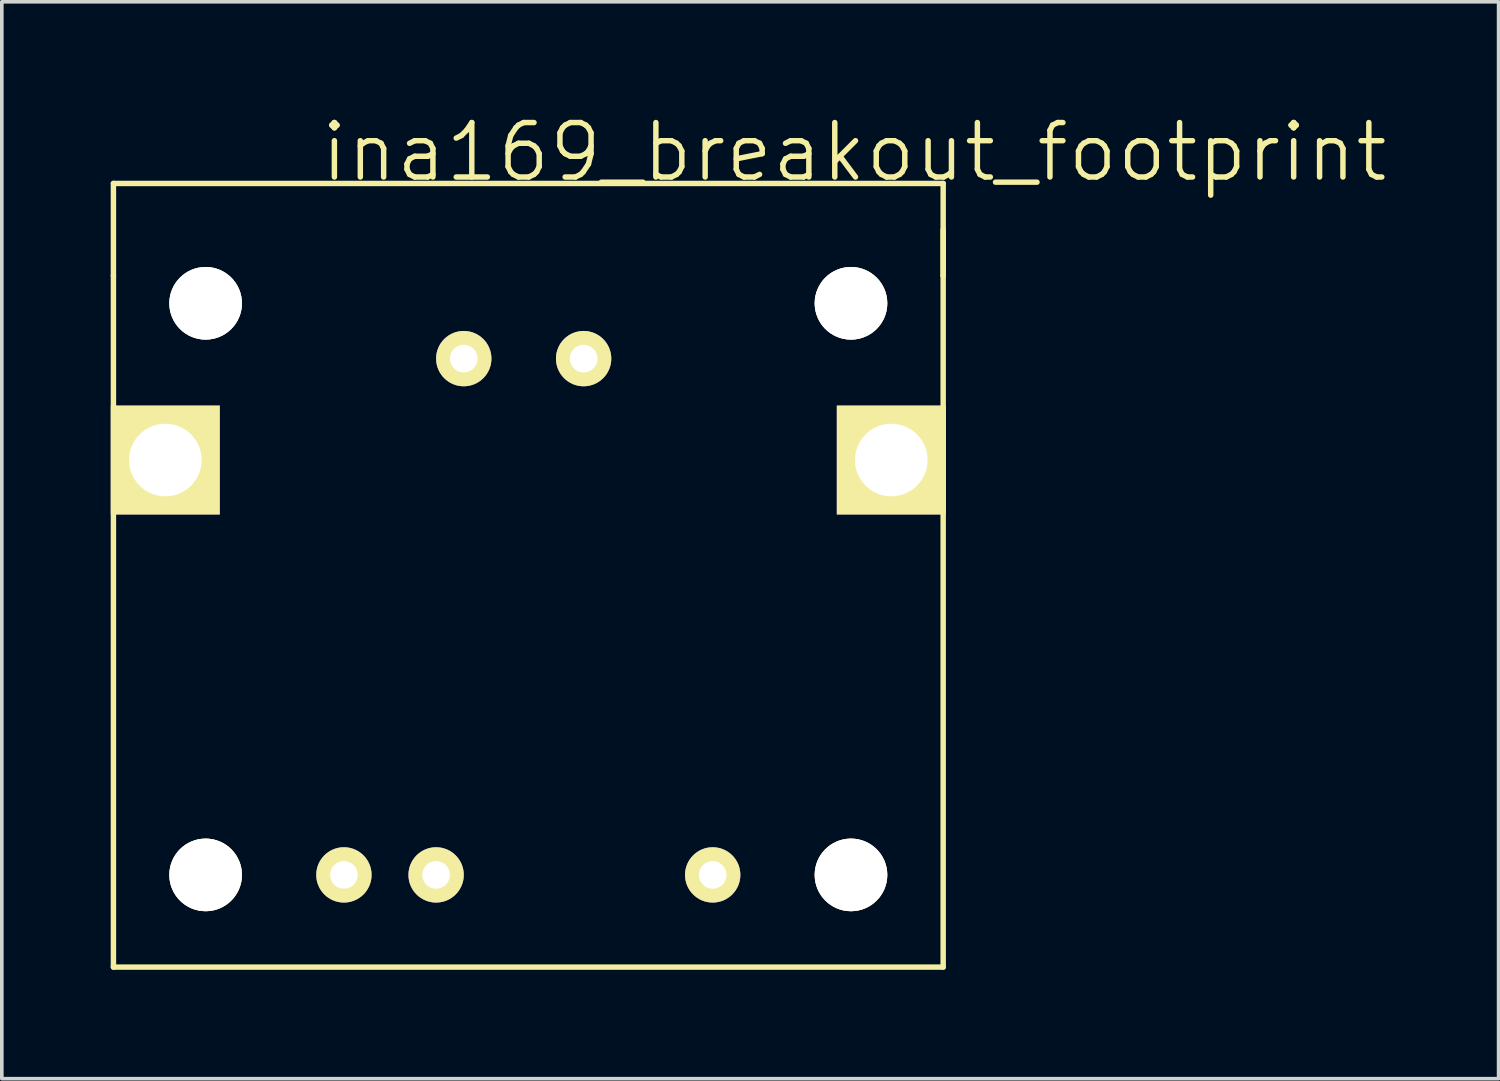
<source format=kicad_pcb>
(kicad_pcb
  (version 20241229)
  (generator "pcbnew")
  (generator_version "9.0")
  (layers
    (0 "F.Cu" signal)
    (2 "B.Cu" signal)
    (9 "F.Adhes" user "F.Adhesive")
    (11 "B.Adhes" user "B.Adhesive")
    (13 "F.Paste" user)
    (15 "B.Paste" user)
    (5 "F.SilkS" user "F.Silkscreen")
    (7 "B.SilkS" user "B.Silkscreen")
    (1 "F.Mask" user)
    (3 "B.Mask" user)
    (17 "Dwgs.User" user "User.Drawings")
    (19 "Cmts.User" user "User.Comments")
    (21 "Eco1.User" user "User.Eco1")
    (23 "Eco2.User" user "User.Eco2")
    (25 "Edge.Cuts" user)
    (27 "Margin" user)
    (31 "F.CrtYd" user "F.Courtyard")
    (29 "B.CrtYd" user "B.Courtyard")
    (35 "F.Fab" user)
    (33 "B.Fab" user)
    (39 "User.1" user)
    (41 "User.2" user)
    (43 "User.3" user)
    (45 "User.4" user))
  (footprint "ina169_breakout_footprint"
    (layer "F.Cu")
    (at 11.505 13.434)
    (property "Reference" "ina169_breakout_footprint" (at 8.979 -12.294 180) (layer "F.SilkS") (effects (font (size 1.5 1.5) (thickness 0.15))))
    (attr through_hole)
    (fp_line (start -11.43 -11.43) (end 11.43 -11.43) (stroke (width 0.15) (type solid)) (layer "F.SilkS"))
    (fp_line (start -11.43 -8.89) (end -11.43 -11.43) (stroke (width 0.15) (type solid)) (layer "F.SilkS"))
    (fp_line (start -11.43 -8.89) (end -11.43 10.16) (stroke (width 0.15) (type solid)) (layer "F.SilkS"))
    (fp_line (start 11.43 -11.43) (end 11.43 -8.89) (stroke (width 0.15) (type solid)) (layer "F.SilkS"))
    (fp_line (start 11.43 -8.89) (end 11.43 -10.16) (stroke (width 0.15) (type solid)) (layer "F.SilkS"))
    (fp_line (start 11.43 10.16) (end -11.43 10.16) (stroke (width 0.15) (type solid)) (layer "F.SilkS"))
    (fp_line (start 11.43 10.16) (end 11.43 -8.89) (stroke (width 0.15) (type solid)) (layer "F.SilkS"))
    (pad "" thru_hole circle (at -8.89 -8.128) (size 2 2) (drill 2) (layers "*.Cu" "*.Mask" "F.SilkS"))
    (pad "" thru_hole circle (at -8.89 7.62) (size 2 2) (drill 2) (layers "*.Cu" "*.Mask" "F.SilkS"))
    (pad "" thru_hole circle (at 8.89 -8.128) (size 2 2) (drill 2) (layers "*.Cu" "*.Mask" "F.SilkS"))
    (pad "" thru_hole circle (at 8.89 7.62) (size 2 2) (drill 2) (layers "*.Cu" "*.Mask" "F.SilkS"))
    (pad "1" thru_hole circle (at -5.08 7.62) (size 1.524 1.524) (drill 0.762) (layers "*.Cu" "*.Mask" "F.SilkS"))
    (pad "2" thru_hole circle (at -2.54 7.62) (size 1.524 1.524) (drill 0.762) (layers "*.Cu" "*.Mask" "F.SilkS"))
    (pad "3" thru_hole circle (at 5.08 7.62) (size 1.524 1.524) (drill 0.762) (layers "*.Cu" "*.Mask" "F.SilkS"))
    (pad "4" thru_hole circle (at 1.524 -6.604) (size 1.524 1.524) (drill 0.762) (layers "*.Cu" "*.Mask" "F.SilkS"))
    (pad "5" thru_hole circle (at -1.778 -6.604) (size 1.524 1.524) (drill 0.762) (layers "*.Cu" "*.Mask" "F.SilkS"))
    (pad "6" thru_hole rect (at -10 -3.81) (size 3 3) (drill 2) (layers "*.Cu" "*.Mask" "F.SilkS"))
    (pad "7" thru_hole rect (at 10 -3.81) (size 3 3) (drill 2) (layers "*.Cu" "*.Mask" "F.SilkS")))
  (gr_rect
    (start -3 -3)
    (end 38.237 26.669)
    (stroke (width 0.1) (type default))
    (fill no)
    (layer "Edge.Cuts")))
</source>
